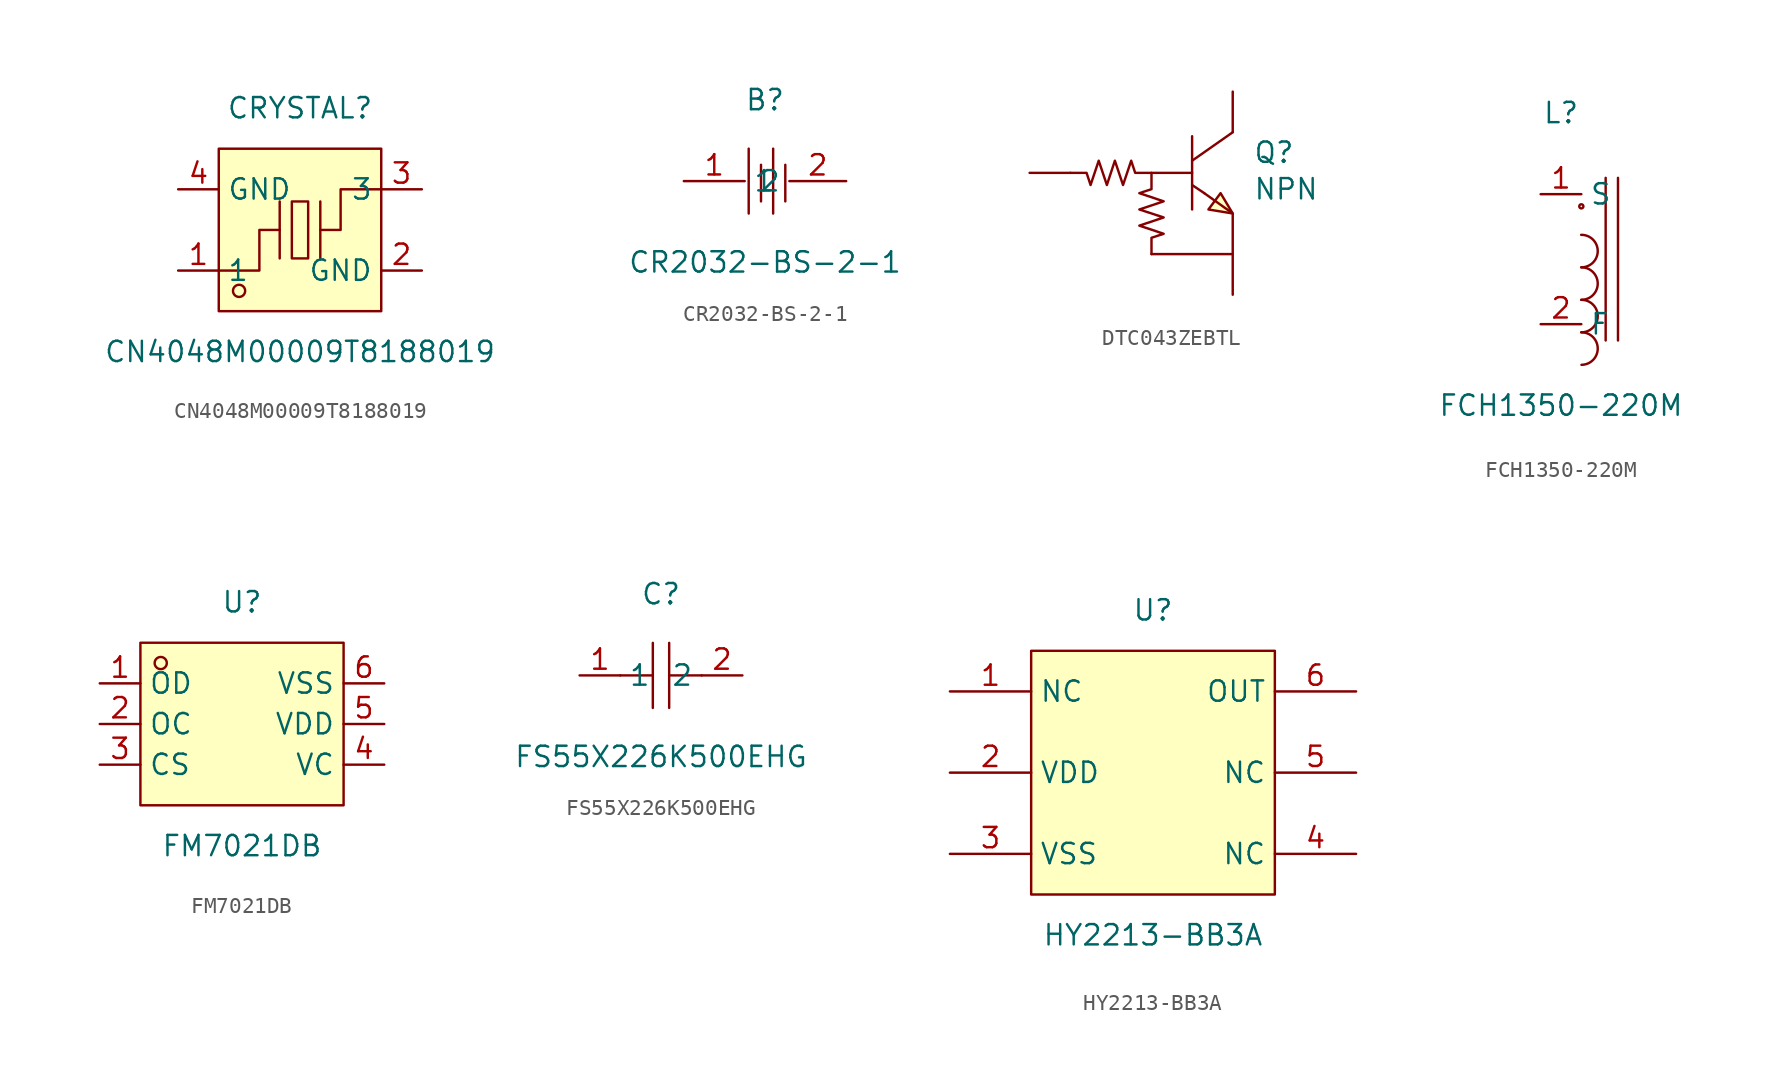
<source format=kicad_sym>
(kicad_symbol_lib
  (version 20241209)
  (generator "kicad_symbol_editor")
  (generator_version "9.0")
  (symbol "CN4048M00009T8188019"
    (property "Reference" "CRYSTAL"
      (at 0 7.62 0)
      (effects (font (size 1.27 1.27))))
    (property "Value" "CN4048M00009T8188019"
      (at 0 -7.62 0)
      (effects (font (size 1.27 1.27))))
    (symbol "CN4048M00009T8188019_0_1"
      (rectangle (start -5.08 5.08) (end 5.08 -5.08) (stroke (width 0) (type default)) (fill (type background)))
      (polyline (pts (xy -5.08 -2.54) (xy -2.54 -2.54) (xy -2.54 0) (xy -1.27 0)) (stroke (width 0) (type default)) (fill (type none)))
      (circle (center -3.81 -3.81) (radius 0.38) (stroke (width 0) (type default)) (fill (type none)))
      (polyline (pts (xy -1.27 -1.78) (xy -1.27 1.78)) (stroke (width 0) (type default)) (fill (type none)))
      (rectangle (start -0.51 1.78) (end 0.51 -1.78) (stroke (width 0) (type default)) (fill (type background)))
      (polyline (pts (xy 1.27 -1.78) (xy 1.27 1.78)) (stroke (width 0) (type default)) (fill (type none)))
      (polyline (pts (xy 5.08 2.54) (xy 2.54 2.54) (xy 2.54 0) (xy 1.27 0)) (stroke (width 0) (type default)) (fill (type none)))
      (pin input line (at -7.62 2.54 0) (length 2.54) (name "GND" (effects (font (size 1.27 1.27)))) (number "4" (effects (font (size 1.27 1.27)))))
      (pin input line (at -7.62 -2.54 0) (length 2.54) (name "1" (effects (font (size 1.27 1.27)))) (number "1" (effects (font (size 1.27 1.27)))))
      (pin input line (at 7.62 2.54 180) (length 2.54) (name "3" (effects (font (size 1.27 1.27)))) (number "3" (effects (font (size 1.27 1.27)))))
      (pin input line (at 7.62 -2.54 180) (length 2.54) (name "GND" (effects (font (size 1.27 1.27)))) (number "2" (effects (font (size 1.27 1.27)))))))
  (symbol "CR2032-BS-2-1"
    (property "Reference" "B"
      (at 0 5.08 0)
      (effects (font (size 1.27 1.27))))
    (property "Value" "CR2032-BS-2-1"
      (at 0 -5.08 0)
      (effects (font (size 1.27 1.27))))
    (symbol "CR2032-BS-2-1_0_1"
      (polyline (pts (xy -1.02 2.03) (xy -1.02 -2.03)) (stroke (width 0) (type default)) (fill (type none)))
      (polyline (pts (xy -0.25 1.02) (xy -0.25 -1.27)) (stroke (width 0) (type default)) (fill (type none)))
      (polyline (pts (xy 0.51 2.03) (xy 0.51 -2.03)) (stroke (width 0) (type default)) (fill (type none)))
      (polyline (pts (xy 1.27 1.02) (xy 1.27 -1.27)) (stroke (width 0) (type default)) (fill (type none)))
      (pin input line (at -5.08 0 0) (length 3.81) (name "1" (effects (font (size 1.27 1.27)))) (number "1" (effects (font (size 1.27 1.27)))))
      (pin input line (at 5.08 0 180) (length 3.556) (name "2" (effects (font (size 1.27 1.27)))) (number "2" (effects (font (size 1.27 1.27)))))))
  (symbol "DTC043ZEBTL"
    (pin_numbers
      (hide yes))
    (pin_names
      (offset 0.002)
      (hide yes))
    (property "Reference" "Q"
      (at 8.89 2.54 0)
      (effects (font (size 1.27 1.27)) (justify left)))
    (property "Value" "NPN"
      (at 8.89 0.254 0)
      (effects (font (size 1.27 1.27)) (justify left)))
    (symbol "DTC043ZEBTL_0_1"
      (polyline (pts (xy -2.54 1.27) (xy -1.52 1.27) (xy -1.27 0.51) (xy -0.76 2.03) (xy -0.25 0.51) (xy 0.25 2.03) (xy 0.76 0.51) (xy 1.27 2.03) (xy 1.52 1.27) (xy 2.54 1.27) (xy 5.08 1.27)) (stroke (width 0) (type default)) (fill (type none)))
      (polyline (pts (xy 2.54 -3.81) (xy 2.54 -2.79) (xy 3.3 -2.54) (xy 1.78 -2.03) (xy 3.3 -1.52) (xy 1.78 -1.02) (xy 3.3 -0.51) (xy 1.78 0) (xy 2.54 0.25) (xy 2.54 1.27)) (stroke (width 0) (type default)) (fill (type none)))
      (polyline (pts (xy 5.08 2.03) (xy 7.62 3.81)) (stroke (width 0) (type default)) (fill (type none)))
      (polyline (pts (xy 5.08 -1.02) (xy 5.08 3.56)) (stroke (width 0) (type default)) (fill (type none)))
      (polyline (pts (xy 5.84 0) (xy 5.08 0.51)) (stroke (width 0) (type default)) (fill (type none)))
      (polyline (pts (xy 5.84 0) (xy 7.62 -1.27) (xy 7.62 -3.81) (xy 2.54 -3.81)) (stroke (width 0) (type default)) (fill (type none)))
      (polyline (pts (xy 7.62 -1.27) (xy 6.1 -1.02) (xy 6.86 0) (xy 7.62 -1.27)) (stroke (width 0) (type default)) (fill (type background))))
    (symbol "DTC043ZEBTL_1_1"
      (pin unspecified line (at -5.08 1.27 0) (length 2.54) (name "B" (effects (font (size 1.27 1.27)))) (number "1" (effects (font (size 1.27 1.27)))))
      (pin unspecified line (at 7.62 6.35 270) (length 2.54) (name "C" (effects (font (size 1.27 1.27)))) (number "3" (effects (font (size 1.27 1.27)))))
      (pin unspecified line (at 7.62 -6.35 90) (length 2.54) (name "E" (effects (font (size 1.27 1.27)))) (number "2" (effects (font (size 1.27 1.27)))))))
  (symbol "FCH1350-220M"
    (property "Reference" "L"
      (at 0 10.41 0)
      (effects (font (size 1.27 1.27))))
    (property "Value" "FCH1350-220M"
      (at 0 -7.87 0)
      (effects (font (size 1.27 1.27))))
    (symbol "FCH1350-220M_0_1"
      (circle (center 1.27 4.57) (radius 0.13) (stroke (width 0) (type default)) (fill (type none)))
      (arc (start 1.26 -3.3) (mid 2.287 -4.305) (end 1.28 -5.33) (stroke (width 0) (type default)) (fill (type none)))
      (arc (start 1.26 2.79) (mid 2.2936 1.7851) (end 1.28 0.76) (stroke (width 0) (type default)) (fill (type none)))
      (arc (start 1.26 0.76) (mid 2.2936 -0.2449) (end 1.28 -1.27) (stroke (width 0) (type default)) (fill (type none)))
      (arc (start 1.26 -1.27) (mid 2.2936 -2.2749) (end 1.28 -3.3) (stroke (width 0) (type default)) (fill (type none)))
      (polyline (pts (xy 2.79 6.35) (xy 2.79 -3.81)) (stroke (width 0) (type default)) (fill (type none)))
      (polyline (pts (xy 3.56 -3.81) (xy 3.56 6.35)) (stroke (width 0) (type default)) (fill (type none)))
      (pin unspecified line (at -1.27 5.33 0) (length 2.54) (name "S" (effects (font (size 1.27 1.27)))) (number "1" (effects (font (size 1.27 1.27)))))
      (pin unspecified line (at -1.27 -2.79 0) (length 2.54) (name "F" (effects (font (size 1.27 1.27)))) (number "2" (effects (font (size 1.27 1.27)))))))
  (symbol "FM7021DB"
    (property "Reference" "U"
      (at 0 7.62 0)
      (effects (font (size 1.27 1.27))))
    (property "Value" "FM7021DB"
      (at 0 -7.62 0)
      (effects (font (size 1.27 1.27))))
    (symbol "FM7021DB_0_1"
      (rectangle (start -6.35 5.08) (end 6.35 -5.08) (stroke (width 0) (type default)) (fill (type background)))
      (circle (center -5.08 3.81) (radius 0.38) (stroke (width 0) (type default)) (fill (type none)))
      (pin unspecified line (at -8.89 2.54 0) (length 2.54) (name "OD" (effects (font (size 1.27 1.27)))) (number "1" (effects (font (size 1.27 1.27)))))
      (pin unspecified line (at -8.89 0 0) (length 2.54) (name "OC" (effects (font (size 1.27 1.27)))) (number "2" (effects (font (size 1.27 1.27)))))
      (pin unspecified line (at -8.89 -2.54 0) (length 2.54) (name "CS" (effects (font (size 1.27 1.27)))) (number "3" (effects (font (size 1.27 1.27)))))
      (pin unspecified line (at 8.89 2.54 180) (length 2.54) (name "VSS" (effects (font (size 1.27 1.27)))) (number "6" (effects (font (size 1.27 1.27)))))
      (pin unspecified line (at 8.89 0 180) (length 2.54) (name "VDD" (effects (font (size 1.27 1.27)))) (number "5" (effects (font (size 1.27 1.27)))))
      (pin unspecified line (at 8.89 -2.54 180) (length 2.54) (name "VC" (effects (font (size 1.27 1.27)))) (number "4" (effects (font (size 1.27 1.27)))))))
  (symbol "FS55X226K500EHG"
    (property "Reference" "C"
      (at 0 5.08 0)
      (effects (font (size 1.27 1.27))))
    (property "Value" "FS55X226K500EHG"
      (at 0 -5.08 0)
      (effects (font (size 1.27 1.27))))
    (symbol "FS55X226K500EHG_0_1"
      (polyline (pts (xy -0.51 0) (xy -2.54 0)) (stroke (width 0) (type default)) (fill (type none)))
      (polyline (pts (xy -0.51 -2.03) (xy -0.51 2.03)) (stroke (width 0) (type default)) (fill (type none)))
      (polyline (pts (xy 0.51 2.03) (xy 0.51 -2.03)) (stroke (width 0) (type default)) (fill (type none)))
      (polyline (pts (xy 2.54 0) (xy 0.51 0)) (stroke (width 0) (type default)) (fill (type none)))
      (pin unspecified line (at -5.08 0 0) (length 2.54) (name "1" (effects (font (size 1.27 1.27)))) (number "1" (effects (font (size 1.27 1.27)))))
      (pin unspecified line (at 5.08 0 180) (length 2.54) (name "2" (effects (font (size 1.27 1.27)))) (number "2" (effects (font (size 1.27 1.27)))))))
  (symbol "HY2213-BB3A"
    (property "Reference" "U"
      (at 0 10.16 0)
      (effects (font (size 1.27 1.27))))
    (property "Value" "HY2213-BB3A"
      (at 0 -10.16 0)
      (effects (font (size 1.27 1.27))))
    (symbol "HY2213-BB3A_0_1"
      (rectangle (start -7.62 7.62) (end 7.62 -7.62) (stroke (width 0) (type default)) (fill (type background)))
      (pin unspecified line (at -12.7 5.08 0) (length 5.08) (name "NC" (effects (font (size 1.27 1.27)))) (number "1" (effects (font (size 1.27 1.27)))))
      (pin unspecified line (at -12.7 0 0) (length 5.08) (name "VDD" (effects (font (size 1.27 1.27)))) (number "2" (effects (font (size 1.27 1.27)))))
      (pin unspecified line (at -12.7 -5.08 0) (length 5.08) (name "VSS" (effects (font (size 1.27 1.27)))) (number "3" (effects (font (size 1.27 1.27)))))
      (pin unspecified line (at 12.7 5.08 180) (length 5.08) (name "OUT" (effects (font (size 1.27 1.27)))) (number "6" (effects (font (size 1.27 1.27)))))
      (pin unspecified line (at 12.7 0 180) (length 5.08) (name "NC" (effects (font (size 1.27 1.27)))) (number "5" (effects (font (size 1.27 1.27)))))
      (pin unspecified line (at 12.7 -5.08 180) (length 5.08) (name "NC" (effects (font (size 1.27 1.27)))) (number "4" (effects (font (size 1.27 1.27))))))))
</source>
